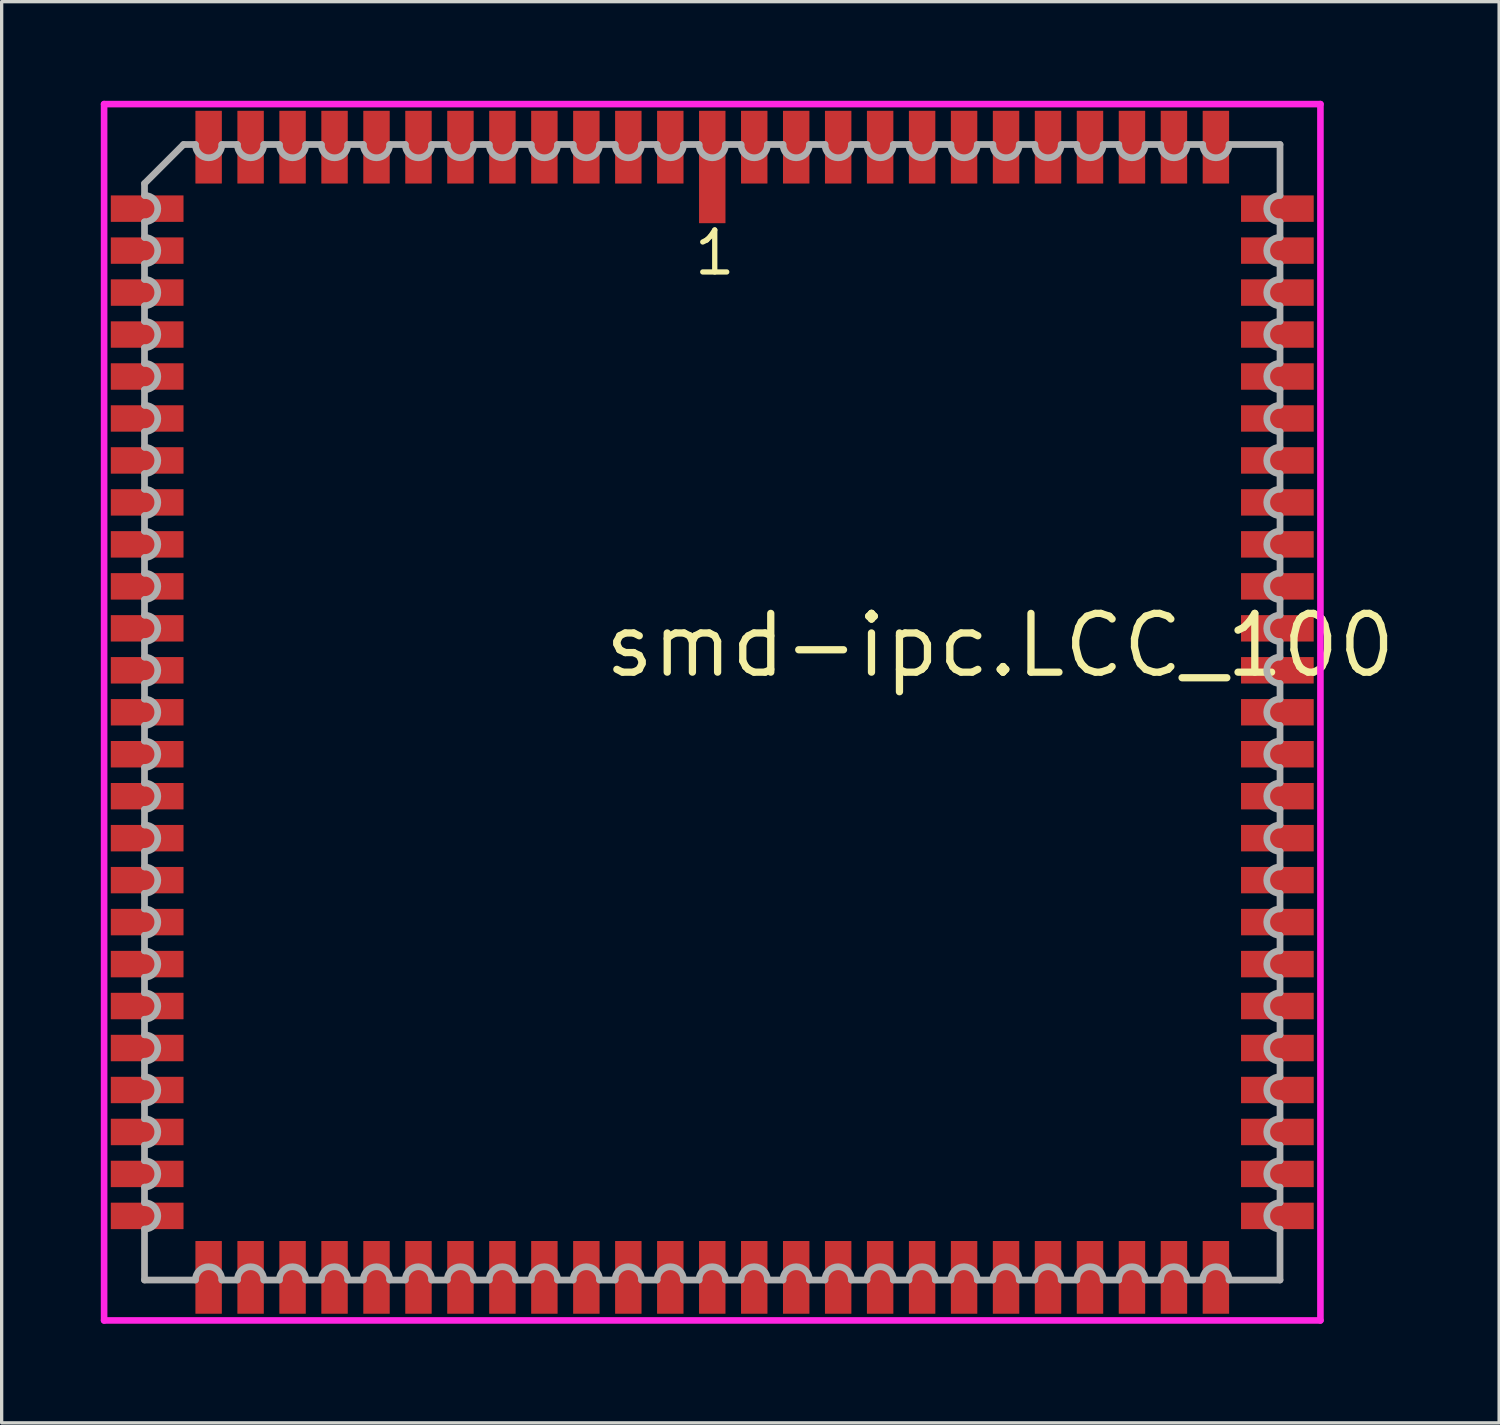
<source format=kicad_pcb>
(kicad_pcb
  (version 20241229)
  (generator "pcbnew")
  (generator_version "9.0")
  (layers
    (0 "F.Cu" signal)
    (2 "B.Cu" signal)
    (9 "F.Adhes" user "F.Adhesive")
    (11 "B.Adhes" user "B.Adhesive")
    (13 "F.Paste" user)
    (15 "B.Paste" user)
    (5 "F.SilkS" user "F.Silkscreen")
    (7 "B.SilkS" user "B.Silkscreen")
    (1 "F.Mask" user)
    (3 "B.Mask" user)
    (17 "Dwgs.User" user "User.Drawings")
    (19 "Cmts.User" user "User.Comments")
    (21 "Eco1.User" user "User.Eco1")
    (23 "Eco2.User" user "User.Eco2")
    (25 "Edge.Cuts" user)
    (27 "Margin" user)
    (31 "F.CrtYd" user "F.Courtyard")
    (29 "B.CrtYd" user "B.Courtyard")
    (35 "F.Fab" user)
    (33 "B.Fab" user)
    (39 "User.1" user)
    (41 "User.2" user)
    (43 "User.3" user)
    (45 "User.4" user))
  (footprint "smd-ipc.LCC_100"
    (layer "F.Cu")
    (at 18.503 18.503)
    (property "Reference" "smd-ipc.LCC_100" (at -3.37 -0.985 0) (layer "F.SilkS") (effects (font (size 1.778 1.778) (thickness 0.22)) (justify left bottom)))
    (attr smd)
    (fp_line (start -18.403 -18.403) (end 18.403 -18.403) (stroke (width 0.2) (type default)) (layer "F.CrtYd"))
    (fp_line (start -18.403 18.403) (end -18.403 -18.403) (stroke (width 0.2) (type default)) (layer "F.CrtYd"))
    (fp_line (start 18.403 -18.403) (end 18.403 18.403) (stroke (width 0.2) (type default)) (layer "F.CrtYd"))
    (fp_line (start 18.403 18.403) (end -18.403 18.403) (stroke (width 0.2) (type default)) (layer "F.CrtYd"))
    (fp_line (start -17.18 -16) (end -17.18 -15.64) (stroke (width 0.203) (type default)) (layer "F.Fab"))
    (fp_line (start -17.18 -14.84) (end -17.18 -14.37) (stroke (width 0.203) (type default)) (layer "F.Fab"))
    (fp_line (start -17.18 -13.57) (end -17.18 -13.1) (stroke (width 0.203) (type default)) (layer "F.Fab"))
    (fp_line (start -17.18 -12.3) (end -17.18 -11.83) (stroke (width 0.203) (type default)) (layer "F.Fab"))
    (fp_line (start -17.18 -11.03) (end -17.18 -10.56) (stroke (width 0.203) (type default)) (layer "F.Fab"))
    (fp_line (start -17.18 -9.76) (end -17.18 -9.29) (stroke (width 0.203) (type default)) (layer "F.Fab"))
    (fp_line (start -17.18 -8.49) (end -17.18 -8.02) (stroke (width 0.203) (type default)) (layer "F.Fab"))
    (fp_line (start -17.18 -7.22) (end -17.18 -6.75) (stroke (width 0.203) (type default)) (layer "F.Fab"))
    (fp_line (start -17.18 -5.95) (end -17.18 -5.48) (stroke (width 0.203) (type default)) (layer "F.Fab"))
    (fp_line (start -17.18 -4.68) (end -17.18 -4.21) (stroke (width 0.203) (type default)) (layer "F.Fab"))
    (fp_line (start -17.18 -3.41) (end -17.18 -2.94) (stroke (width 0.203) (type default)) (layer "F.Fab"))
    (fp_line (start -17.18 -2.14) (end -17.18 -1.67) (stroke (width 0.203) (type default)) (layer "F.Fab"))
    (fp_line (start -17.18 -0.87) (end -17.18 -0.4) (stroke (width 0.203) (type default)) (layer "F.Fab"))
    (fp_line (start -17.18 0.4) (end -17.18 0.87) (stroke (width 0.203) (type default)) (layer "F.Fab"))
    (fp_line (start -17.18 1.67) (end -17.18 2.14) (stroke (width 0.203) (type default)) (layer "F.Fab"))
    (fp_line (start -17.18 2.94) (end -17.18 3.41) (stroke (width 0.203) (type default)) (layer "F.Fab"))
    (fp_line (start -17.18 4.21) (end -17.18 4.68) (stroke (width 0.203) (type default)) (layer "F.Fab"))
    (fp_line (start -17.18 5.48) (end -17.18 5.95) (stroke (width 0.203) (type default)) (layer "F.Fab"))
    (fp_line (start -17.18 6.75) (end -17.18 7.22) (stroke (width 0.203) (type default)) (layer "F.Fab"))
    (fp_line (start -17.18 8.02) (end -17.18 8.49) (stroke (width 0.203) (type default)) (layer "F.Fab"))
    (fp_line (start -17.18 9.29) (end -17.18 9.76) (stroke (width 0.203) (type default)) (layer "F.Fab"))
    (fp_line (start -17.18 10.56) (end -17.18 11.03) (stroke (width 0.203) (type default)) (layer "F.Fab"))
    (fp_line (start -17.18 11.83) (end -17.18 12.3) (stroke (width 0.203) (type default)) (layer "F.Fab"))
    (fp_line (start -17.18 13.1) (end -17.18 13.57) (stroke (width 0.203) (type default)) (layer "F.Fab"))
    (fp_line (start -17.18 14.37) (end -17.18 14.84) (stroke (width 0.203) (type default)) (layer "F.Fab"))
    (fp_line (start -17.18 15.64) (end -17.18 17.18) (stroke (width 0.203) (type default)) (layer "F.Fab"))
    (fp_line (start -17.18 17.18) (end -15.64 17.18) (stroke (width 0.203) (type default)) (layer "F.Fab"))
    (fp_line (start -16 -17.18) (end -17.18 -16) (stroke (width 0.203) (type default)) (layer "F.Fab"))
    (fp_line (start -15.64 -17.18) (end -16 -17.18) (stroke (width 0.203) (type default)) (layer "F.Fab"))
    (fp_line (start -14.84 17.18) (end -14.37 17.18) (stroke (width 0.203) (type default)) (layer "F.Fab"))
    (fp_line (start -14.37 -17.18) (end -14.84 -17.18) (stroke (width 0.203) (type default)) (layer "F.Fab"))
    (fp_line (start -13.57 17.18) (end -13.1 17.18) (stroke (width 0.203) (type default)) (layer "F.Fab"))
    (fp_line (start -13.1 -17.18) (end -13.57 -17.18) (stroke (width 0.203) (type default)) (layer "F.Fab"))
    (fp_line (start -12.3 17.18) (end -11.83 17.18) (stroke (width 0.203) (type default)) (layer "F.Fab"))
    (fp_line (start -11.83 -17.18) (end -12.3 -17.18) (stroke (width 0.203) (type default)) (layer "F.Fab"))
    (fp_line (start -11.03 17.18) (end -10.56 17.18) (stroke (width 0.203) (type default)) (layer "F.Fab"))
    (fp_line (start -10.56 -17.18) (end -11.03 -17.18) (stroke (width 0.203) (type default)) (layer "F.Fab"))
    (fp_line (start -9.76 17.18) (end -9.29 17.18) (stroke (width 0.203) (type default)) (layer "F.Fab"))
    (fp_line (start -9.29 -17.18) (end -9.76 -17.18) (stroke (width 0.203) (type default)) (layer "F.Fab"))
    (fp_line (start -8.49 17.18) (end -8.02 17.18) (stroke (width 0.203) (type default)) (layer "F.Fab"))
    (fp_line (start -8.02 -17.18) (end -8.49 -17.18) (stroke (width 0.203) (type default)) (layer "F.Fab"))
    (fp_line (start -7.22 17.18) (end -6.75 17.18) (stroke (width 0.203) (type default)) (layer "F.Fab"))
    (fp_line (start -6.75 -17.18) (end -7.22 -17.18) (stroke (width 0.203) (type default)) (layer "F.Fab"))
    (fp_line (start -5.95 17.18) (end -5.48 17.18) (stroke (width 0.203) (type default)) (layer "F.Fab"))
    (fp_line (start -5.48 -17.18) (end -5.95 -17.18) (stroke (width 0.203) (type default)) (layer "F.Fab"))
    (fp_line (start -4.68 17.18) (end -4.21 17.18) (stroke (width 0.203) (type default)) (layer "F.Fab"))
    (fp_line (start -4.21 -17.18) (end -4.68 -17.18) (stroke (width 0.203) (type default)) (layer "F.Fab"))
    (fp_line (start -3.41 17.18) (end -2.94 17.18) (stroke (width 0.203) (type default)) (layer "F.Fab"))
    (fp_line (start -2.94 -17.18) (end -3.41 -17.18) (stroke (width 0.203) (type default)) (layer "F.Fab"))
    (fp_line (start -2.14 17.18) (end -1.67 17.18) (stroke (width 0.203) (type default)) (layer "F.Fab"))
    (fp_line (start -1.67 -17.18) (end -2.14 -17.18) (stroke (width 0.203) (type default)) (layer "F.Fab"))
    (fp_line (start -0.87 17.18) (end -0.4 17.18) (stroke (width 0.203) (type default)) (layer "F.Fab"))
    (fp_line (start -0.4 -17.18) (end -0.87 -17.18) (stroke (width 0.203) (type default)) (layer "F.Fab"))
    (fp_line (start 0.4 17.18) (end 0.87 17.18) (stroke (width 0.203) (type default)) (layer "F.Fab"))
    (fp_line (start 0.87 -17.18) (end 0.4 -17.18) (stroke (width 0.203) (type default)) (layer "F.Fab"))
    (fp_line (start 1.67 17.18) (end 2.14 17.18) (stroke (width 0.203) (type default)) (layer "F.Fab"))
    (fp_line (start 2.14 -17.18) (end 1.67 -17.18) (stroke (width 0.203) (type default)) (layer "F.Fab"))
    (fp_line (start 2.94 17.18) (end 3.41 17.18) (stroke (width 0.203) (type default)) (layer "F.Fab"))
    (fp_line (start 3.41 -17.18) (end 2.94 -17.18) (stroke (width 0.203) (type default)) (layer "F.Fab"))
    (fp_line (start 4.21 17.18) (end 4.68 17.18) (stroke (width 0.203) (type default)) (layer "F.Fab"))
    (fp_line (start 4.68 -17.18) (end 4.21 -17.18) (stroke (width 0.203) (type default)) (layer "F.Fab"))
    (fp_line (start 5.48 17.18) (end 5.95 17.18) (stroke (width 0.203) (type default)) (layer "F.Fab"))
    (fp_line (start 5.95 -17.18) (end 5.48 -17.18) (stroke (width 0.203) (type default)) (layer "F.Fab"))
    (fp_line (start 6.75 17.18) (end 7.22 17.18) (stroke (width 0.203) (type default)) (layer "F.Fab"))
    (fp_line (start 7.22 -17.18) (end 6.75 -17.18) (stroke (width 0.203) (type default)) (layer "F.Fab"))
    (fp_line (start 8.02 17.18) (end 8.49 17.18) (stroke (width 0.203) (type default)) (layer "F.Fab"))
    (fp_line (start 8.49 -17.18) (end 8.02 -17.18) (stroke (width 0.203) (type default)) (layer "F.Fab"))
    (fp_line (start 9.29 17.18) (end 9.76 17.18) (stroke (width 0.203) (type default)) (layer "F.Fab"))
    (fp_line (start 9.76 -17.18) (end 9.29 -17.18) (stroke (width 0.203) (type default)) (layer "F.Fab"))
    (fp_line (start 10.56 17.18) (end 11.03 17.18) (stroke (width 0.203) (type default)) (layer "F.Fab"))
    (fp_line (start 11.03 -17.18) (end 10.56 -17.18) (stroke (width 0.203) (type default)) (layer "F.Fab"))
    (fp_line (start 11.83 17.18) (end 12.3 17.18) (stroke (width 0.203) (type default)) (layer "F.Fab"))
    (fp_line (start 12.3 -17.18) (end 11.83 -17.18) (stroke (width 0.203) (type default)) (layer "F.Fab"))
    (fp_line (start 13.1 17.18) (end 13.57 17.18) (stroke (width 0.203) (type default)) (layer "F.Fab"))
    (fp_line (start 13.57 -17.18) (end 13.1 -17.18) (stroke (width 0.203) (type default)) (layer "F.Fab"))
    (fp_line (start 14.37 17.18) (end 14.84 17.18) (stroke (width 0.203) (type default)) (layer "F.Fab"))
    (fp_line (start 14.84 -17.18) (end 14.37 -17.18) (stroke (width 0.203) (type default)) (layer "F.Fab"))
    (fp_line (start 15.64 17.18) (end 17.18 17.18) (stroke (width 0.203) (type default)) (layer "F.Fab"))
    (fp_line (start 17.18 -17.18) (end 15.64 -17.18) (stroke (width 0.203) (type default)) (layer "F.Fab"))
    (fp_line (start 17.18 -15.64) (end 17.18 -17.18) (stroke (width 0.203) (type default)) (layer "F.Fab"))
    (fp_line (start 17.18 -14.37) (end 17.18 -14.84) (stroke (width 0.203) (type default)) (layer "F.Fab"))
    (fp_line (start 17.18 -13.1) (end 17.18 -13.57) (stroke (width 0.203) (type default)) (layer "F.Fab"))
    (fp_line (start 17.18 -11.83) (end 17.18 -12.3) (stroke (width 0.203) (type default)) (layer "F.Fab"))
    (fp_line (start 17.18 -10.56) (end 17.18 -11.03) (stroke (width 0.203) (type default)) (layer "F.Fab"))
    (fp_line (start 17.18 -9.29) (end 17.18 -9.76) (stroke (width 0.203) (type default)) (layer "F.Fab"))
    (fp_line (start 17.18 -8.02) (end 17.18 -8.49) (stroke (width 0.203) (type default)) (layer "F.Fab"))
    (fp_line (start 17.18 -6.75) (end 17.18 -7.22) (stroke (width 0.203) (type default)) (layer "F.Fab"))
    (fp_line (start 17.18 -5.48) (end 17.18 -5.95) (stroke (width 0.203) (type default)) (layer "F.Fab"))
    (fp_line (start 17.18 -4.21) (end 17.18 -4.68) (stroke (width 0.203) (type default)) (layer "F.Fab"))
    (fp_line (start 17.18 -2.94) (end 17.18 -3.41) (stroke (width 0.203) (type default)) (layer "F.Fab"))
    (fp_line (start 17.18 -1.67) (end 17.18 -2.14) (stroke (width 0.203) (type default)) (layer "F.Fab"))
    (fp_line (start 17.18 -0.4) (end 17.18 -0.87) (stroke (width 0.203) (type default)) (layer "F.Fab"))
    (fp_line (start 17.18 0.87) (end 17.18 0.4) (stroke (width 0.203) (type default)) (layer "F.Fab"))
    (fp_line (start 17.18 2.14) (end 17.18 1.67) (stroke (width 0.203) (type default)) (layer "F.Fab"))
    (fp_line (start 17.18 3.41) (end 17.18 2.94) (stroke (width 0.203) (type default)) (layer "F.Fab"))
    (fp_line (start 17.18 4.68) (end 17.18 4.21) (stroke (width 0.203) (type default)) (layer "F.Fab"))
    (fp_line (start 17.18 5.95) (end 17.18 5.48) (stroke (width 0.203) (type default)) (layer "F.Fab"))
    (fp_line (start 17.18 7.22) (end 17.18 6.75) (stroke (width 0.203) (type default)) (layer "F.Fab"))
    (fp_line (start 17.18 8.49) (end 17.18 8.02) (stroke (width 0.203) (type default)) (layer "F.Fab"))
    (fp_line (start 17.18 9.76) (end 17.18 9.29) (stroke (width 0.203) (type default)) (layer "F.Fab"))
    (fp_line (start 17.18 11.03) (end 17.18 10.56) (stroke (width 0.203) (type default)) (layer "F.Fab"))
    (fp_line (start 17.18 12.3) (end 17.18 11.83) (stroke (width 0.203) (type default)) (layer "F.Fab"))
    (fp_line (start 17.18 13.57) (end 17.18 13.1) (stroke (width 0.203) (type default)) (layer "F.Fab"))
    (fp_line (start 17.18 14.84) (end 17.18 14.37) (stroke (width 0.203) (type default)) (layer "F.Fab"))
    (fp_line (start 17.18 17.18) (end 17.18 15.64) (stroke (width 0.203) (type default)) (layer "F.Fab"))
    (fp_arc (start -17.1783 -15.64) (mid -16.7783 -15.24) (end -17.1783 -14.84) (stroke (width 0.2032) (type default)) (layer "F.Fab"))
    (fp_arc (start -17.1783 -14.37) (mid -16.7783 -13.97) (end -17.1783 -13.57) (stroke (width 0.2032) (type default)) (layer "F.Fab"))
    (fp_arc (start -17.1783 -13.1) (mid -16.7783 -12.7) (end -17.1783 -12.3) (stroke (width 0.2032) (type default)) (layer "F.Fab"))
    (fp_arc (start -17.1783 -11.83) (mid -16.7783 -11.43) (end -17.1783 -11.03) (stroke (width 0.2032) (type default)) (layer "F.Fab"))
    (fp_arc (start -17.1783 -10.56) (mid -16.7783 -10.16) (end -17.1783 -9.76) (stroke (width 0.2032) (type default)) (layer "F.Fab"))
    (fp_arc (start -17.1783 -9.29) (mid -16.7783 -8.89) (end -17.1783 -8.49) (stroke (width 0.2032) (type default)) (layer "F.Fab"))
    (fp_arc (start -17.1783 -8.02) (mid -16.7783 -7.62) (end -17.1783 -7.22) (stroke (width 0.2032) (type default)) (layer "F.Fab"))
    (fp_arc (start -17.1783 -6.75) (mid -16.7783 -6.35) (end -17.1783 -5.95) (stroke (width 0.2032) (type default)) (layer "F.Fab"))
    (fp_arc (start -17.1783 -5.48) (mid -16.7783 -5.08) (end -17.1783 -4.68) (stroke (width 0.2032) (type default)) (layer "F.Fab"))
    (fp_arc (start -17.1783 -4.21) (mid -16.7783 -3.81) (end -17.1783 -3.41) (stroke (width 0.2032) (type default)) (layer "F.Fab"))
    (fp_arc (start -17.1783 -2.94) (mid -16.7783 -2.54) (end -17.1783 -2.14) (stroke (width 0.2032) (type default)) (layer "F.Fab"))
    (fp_arc (start -17.1783 -1.67) (mid -16.7783 -1.27) (end -17.1783 -0.87) (stroke (width 0.2032) (type default)) (layer "F.Fab"))
    (fp_arc (start -17.1783 -0.4001) (mid -16.7782 0) (end -17.1783 0.4001) (stroke (width 0.2032) (type default)) (layer "F.Fab"))
    (fp_arc (start -17.1783 0.8699) (mid -16.7782 1.27) (end -17.1783 1.6701) (stroke (width 0.2032) (type default)) (layer "F.Fab"))
    (fp_arc (start -17.1783 2.1399) (mid -16.7782 2.54) (end -17.1783 2.9401) (stroke (width 0.2032) (type default)) (layer "F.Fab"))
    (fp_arc (start -17.1783 3.4099) (mid -16.7782 3.81) (end -17.1783 4.2101) (stroke (width 0.2032) (type default)) (layer "F.Fab"))
    (fp_arc (start -17.1783 4.6799) (mid -16.7782 5.08) (end -17.1783 5.4801) (stroke (width 0.2032) (type default)) (layer "F.Fab"))
    (fp_arc (start -17.1783 5.9499) (mid -16.7782 6.35) (end -17.1783 6.7501) (stroke (width 0.2032) (type default)) (layer "F.Fab"))
    (fp_arc (start -17.1783 7.2199) (mid -16.7782 7.62) (end -17.1783 8.0201) (stroke (width 0.2032) (type default)) (layer "F.Fab"))
    (fp_arc (start -17.1783 8.4899) (mid -16.7782 8.89) (end -17.1783 9.2901) (stroke (width 0.2032) (type default)) (layer "F.Fab"))
    (fp_arc (start -17.1783 9.7599) (mid -16.7782 10.16) (end -17.1783 10.5601) (stroke (width 0.2032) (type default)) (layer "F.Fab"))
    (fp_arc (start -17.1783 11.0299) (mid -16.7782 11.43) (end -17.1783 11.8301) (stroke (width 0.2032) (type default)) (layer "F.Fab"))
    (fp_arc (start -17.1783 12.2999) (mid -16.7782 12.7) (end -17.1783 13.1001) (stroke (width 0.2032) (type default)) (layer "F.Fab"))
    (fp_arc (start -17.1783 13.5699) (mid -16.7782 13.97) (end -17.1783 14.3701) (stroke (width 0.2032) (type default)) (layer "F.Fab"))
    (fp_arc (start -17.1783 14.8399) (mid -16.7782 15.24) (end -17.1783 15.6401) (stroke (width 0.2032) (type default)) (layer "F.Fab"))
    (fp_arc (start -15.6401 17.1783) (mid -15.24 16.7782) (end -14.8399 17.1783) (stroke (width 0.2032) (type default)) (layer "F.Fab"))
    (fp_arc (start -14.8399 -17.1783) (mid -15.24 -16.7782) (end -15.6401 -17.1783) (stroke (width 0.2032) (type default)) (layer "F.Fab"))
    (fp_arc (start -14.3701 17.1783) (mid -13.97 16.7782) (end -13.5699 17.1783) (stroke (width 0.2032) (type default)) (layer "F.Fab"))
    (fp_arc (start -13.5699 -17.1783) (mid -13.97 -16.7782) (end -14.3701 -17.1783) (stroke (width 0.2032) (type default)) (layer "F.Fab"))
    (fp_arc (start -13.1001 17.1783) (mid -12.7 16.7782) (end -12.2999 17.1783) (stroke (width 0.2032) (type default)) (layer "F.Fab"))
    (fp_arc (start -12.2999 -17.1783) (mid -12.7 -16.7782) (end -13.1001 -17.1783) (stroke (width 0.2032) (type default)) (layer "F.Fab"))
    (fp_arc (start -11.8301 17.1783) (mid -11.43 16.7782) (end -11.0299 17.1783) (stroke (width 0.2032) (type default)) (layer "F.Fab"))
    (fp_arc (start -11.0299 -17.1783) (mid -11.43 -16.7782) (end -11.8301 -17.1783) (stroke (width 0.2032) (type default)) (layer "F.Fab"))
    (fp_arc (start -10.5601 17.1783) (mid -10.16 16.7782) (end -9.7599 17.1783) (stroke (width 0.2032) (type default)) (layer "F.Fab"))
    (fp_arc (start -9.7599 -17.1783) (mid -10.16 -16.7782) (end -10.5601 -17.1783) (stroke (width 0.2032) (type default)) (layer "F.Fab"))
    (fp_arc (start -9.2901 17.1783) (mid -8.89 16.7782) (end -8.4899 17.1783) (stroke (width 0.2032) (type default)) (layer "F.Fab"))
    (fp_arc (start -8.4899 -17.1783) (mid -8.89 -16.7782) (end -9.2901 -17.1783) (stroke (width 0.2032) (type default)) (layer "F.Fab"))
    (fp_arc (start -8.0201 17.1783) (mid -7.62 16.7782) (end -7.2199 17.1783) (stroke (width 0.2032) (type default)) (layer "F.Fab"))
    (fp_arc (start -7.2199 -17.1783) (mid -7.62 -16.7782) (end -8.0201 -17.1783) (stroke (width 0.2032) (type default)) (layer "F.Fab"))
    (fp_arc (start -6.7501 17.1783) (mid -6.35 16.7782) (end -5.9499 17.1783) (stroke (width 0.2032) (type default)) (layer "F.Fab"))
    (fp_arc (start -5.9499 -17.1783) (mid -6.35 -16.7782) (end -6.7501 -17.1783) (stroke (width 0.2032) (type default)) (layer "F.Fab"))
    (fp_arc (start -5.4801 17.1783) (mid -5.08 16.7782) (end -4.6799 17.1783) (stroke (width 0.2032) (type default)) (layer "F.Fab"))
    (fp_arc (start -4.6799 -17.1783) (mid -5.08 -16.7782) (end -5.4801 -17.1783) (stroke (width 0.2032) (type default)) (layer "F.Fab"))
    (fp_arc (start -4.2101 17.1783) (mid -3.81 16.7782) (end -3.4099 17.1783) (stroke (width 0.2032) (type default)) (layer "F.Fab"))
    (fp_arc (start -3.4099 -17.1783) (mid -3.81 -16.7782) (end -4.2101 -17.1783) (stroke (width 0.2032) (type default)) (layer "F.Fab"))
    (fp_arc (start -2.9401 17.1783) (mid -2.54 16.7782) (end -2.1399 17.1783) (stroke (width 0.2032) (type default)) (layer "F.Fab"))
    (fp_arc (start -2.1399 -17.1783) (mid -2.54 -16.7782) (end -2.9401 -17.1783) (stroke (width 0.2032) (type default)) (layer "F.Fab"))
    (fp_arc (start -1.6701 17.1783) (mid -1.27 16.7782) (end -0.8699 17.1783) (stroke (width 0.2032) (type default)) (layer "F.Fab"))
    (fp_arc (start -0.8699 -17.1783) (mid -1.27 -16.7782) (end -1.6701 -17.1783) (stroke (width 0.2032) (type default)) (layer "F.Fab"))
    (fp_arc (start -0.4001 17.1783) (mid 0 16.7782) (end 0.4001 17.1783) (stroke (width 0.2032) (type default)) (layer "F.Fab"))
    (fp_arc (start 0.4001 -17.1783) (mid 0 -16.7782) (end -0.4001 -17.1783) (stroke (width 0.2032) (type default)) (layer "F.Fab"))
    (fp_arc (start 0.87 17.1783) (mid 1.27 16.7783) (end 1.67 17.1783) (stroke (width 0.2032) (type default)) (layer "F.Fab"))
    (fp_arc (start 1.67 -17.1783) (mid 1.27 -16.7783) (end 0.87 -17.1783) (stroke (width 0.2032) (type default)) (layer "F.Fab"))
    (fp_arc (start 2.14 17.1783) (mid 2.54 16.7783) (end 2.94 17.1783) (stroke (width 0.2032) (type default)) (layer "F.Fab"))
    (fp_arc (start 2.94 -17.1783) (mid 2.54 -16.7783) (end 2.14 -17.1783) (stroke (width 0.2032) (type default)) (layer "F.Fab"))
    (fp_arc (start 3.41 17.1783) (mid 3.81 16.7783) (end 4.21 17.1783) (stroke (width 0.2032) (type default)) (layer "F.Fab"))
    (fp_arc (start 4.21 -17.1783) (mid 3.81 -16.7783) (end 3.41 -17.1783) (stroke (width 0.2032) (type default)) (layer "F.Fab"))
    (fp_arc (start 4.68 17.1783) (mid 5.08 16.7783) (end 5.48 17.1783) (stroke (width 0.2032) (type default)) (layer "F.Fab"))
    (fp_arc (start 5.48 -17.1783) (mid 5.08 -16.7783) (end 4.68 -17.1783) (stroke (width 0.2032) (type default)) (layer "F.Fab"))
    (fp_arc (start 5.95 17.1783) (mid 6.35 16.7783) (end 6.75 17.1783) (stroke (width 0.2032) (type default)) (layer "F.Fab"))
    (fp_arc (start 6.75 -17.1783) (mid 6.35 -16.7783) (end 5.95 -17.1783) (stroke (width 0.2032) (type default)) (layer "F.Fab"))
    (fp_arc (start 7.22 17.1783) (mid 7.62 16.7783) (end 8.02 17.1783) (stroke (width 0.2032) (type default)) (layer "F.Fab"))
    (fp_arc (start 8.02 -17.1783) (mid 7.62 -16.7783) (end 7.22 -17.1783) (stroke (width 0.2032) (type default)) (layer "F.Fab"))
    (fp_arc (start 8.49 17.1783) (mid 8.89 16.7783) (end 9.29 17.1783) (stroke (width 0.2032) (type default)) (layer "F.Fab"))
    (fp_arc (start 9.29 -17.1783) (mid 8.89 -16.7783) (end 8.49 -17.1783) (stroke (width 0.2032) (type default)) (layer "F.Fab"))
    (fp_arc (start 9.76 17.1783) (mid 10.16 16.7783) (end 10.56 17.1783) (stroke (width 0.2032) (type default)) (layer "F.Fab"))
    (fp_arc (start 10.56 -17.1783) (mid 10.16 -16.7783) (end 9.76 -17.1783) (stroke (width 0.2032) (type default)) (layer "F.Fab"))
    (fp_arc (start 11.03 17.1783) (mid 11.43 16.7783) (end 11.83 17.1783) (stroke (width 0.2032) (type default)) (layer "F.Fab"))
    (fp_arc (start 11.83 -17.1783) (mid 11.43 -16.7783) (end 11.03 -17.1783) (stroke (width 0.2032) (type default)) (layer "F.Fab"))
    (fp_arc (start 12.3 17.1783) (mid 12.7 16.7783) (end 13.1 17.1783) (stroke (width 0.2032) (type default)) (layer "F.Fab"))
    (fp_arc (start 13.1 -17.1783) (mid 12.7 -16.7783) (end 12.3 -17.1783) (stroke (width 0.2032) (type default)) (layer "F.Fab"))
    (fp_arc (start 13.57 17.1783) (mid 13.97 16.7783) (end 14.37 17.1783) (stroke (width 0.2032) (type default)) (layer "F.Fab"))
    (fp_arc (start 14.37 -17.1783) (mid 13.97 -16.7783) (end 13.57 -17.1783) (stroke (width 0.2032) (type default)) (layer "F.Fab"))
    (fp_arc (start 14.84 17.1783) (mid 15.24 16.7783) (end 15.64 17.1783) (stroke (width 0.2032) (type default)) (layer "F.Fab"))
    (fp_arc (start 15.64 -17.1783) (mid 15.24 -16.7783) (end 14.84 -17.1783) (stroke (width 0.2032) (type default)) (layer "F.Fab"))
    (fp_arc (start 17.1783 -14.8399) (mid 16.7782 -15.24) (end 17.1783 -15.6401) (stroke (width 0.2032) (type default)) (layer "F.Fab"))
    (fp_arc (start 17.1783 -13.5699) (mid 16.7782 -13.97) (end 17.1783 -14.3701) (stroke (width 0.2032) (type default)) (layer "F.Fab"))
    (fp_arc (start 17.1783 -12.2999) (mid 16.7782 -12.7) (end 17.1783 -13.1001) (stroke (width 0.2032) (type default)) (layer "F.Fab"))
    (fp_arc (start 17.1783 -11.0299) (mid 16.7782 -11.43) (end 17.1783 -11.8301) (stroke (width 0.2032) (type default)) (layer "F.Fab"))
    (fp_arc (start 17.1783 -9.7599) (mid 16.7782 -10.16) (end 17.1783 -10.5601) (stroke (width 0.2032) (type default)) (layer "F.Fab"))
    (fp_arc (start 17.1783 -8.4899) (mid 16.7782 -8.89) (end 17.1783 -9.2901) (stroke (width 0.2032) (type default)) (layer "F.Fab"))
    (fp_arc (start 17.1783 -7.2199) (mid 16.7782 -7.62) (end 17.1783 -8.0201) (stroke (width 0.2032) (type default)) (layer "F.Fab"))
    (fp_arc (start 17.1783 -5.9499) (mid 16.7782 -6.35) (end 17.1783 -6.7501) (stroke (width 0.2032) (type default)) (layer "F.Fab"))
    (fp_arc (start 17.1783 -4.6799) (mid 16.7782 -5.08) (end 17.1783 -5.4801) (stroke (width 0.2032) (type default)) (layer "F.Fab"))
    (fp_arc (start 17.1783 -3.4099) (mid 16.7782 -3.81) (end 17.1783 -4.2101) (stroke (width 0.2032) (type default)) (layer "F.Fab"))
    (fp_arc (start 17.1783 -2.1399) (mid 16.7782 -2.54) (end 17.1783 -2.9401) (stroke (width 0.2032) (type default)) (layer "F.Fab"))
    (fp_arc (start 17.1783 -0.8699) (mid 16.7782 -1.27) (end 17.1783 -1.6701) (stroke (width 0.2032) (type default)) (layer "F.Fab"))
    (fp_arc (start 17.1783 0.4001) (mid 16.7782 0) (end 17.1783 -0.4001) (stroke (width 0.2032) (type default)) (layer "F.Fab"))
    (fp_arc (start 17.1783 1.67) (mid 16.7783 1.27) (end 17.1783 0.87) (stroke (width 0.2032) (type default)) (layer "F.Fab"))
    (fp_arc (start 17.1783 2.9401) (mid 16.7782 2.54) (end 17.1783 2.1399) (stroke (width 0.2032) (type default)) (layer "F.Fab"))
    (fp_arc (start 17.1783 4.2101) (mid 16.7782 3.81) (end 17.1783 3.4099) (stroke (width 0.2032) (type default)) (layer "F.Fab"))
    (fp_arc (start 17.1783 5.4801) (mid 16.7782 5.08) (end 17.1783 4.6799) (stroke (width 0.2032) (type default)) (layer "F.Fab"))
    (fp_arc (start 17.1783 6.7501) (mid 16.7782 6.35) (end 17.1783 5.9499) (stroke (width 0.2032) (type default)) (layer "F.Fab"))
    (fp_arc (start 17.1783 8.02) (mid 16.7783 7.62) (end 17.1783 7.22) (stroke (width 0.2032) (type default)) (layer "F.Fab"))
    (fp_arc (start 17.1783 9.29) (mid 16.7783 8.89) (end 17.1783 8.49) (stroke (width 0.2032) (type default)) (layer "F.Fab"))
    (fp_arc (start 17.1783 10.56) (mid 16.7783 10.16) (end 17.1783 9.76) (stroke (width 0.2032) (type default)) (layer "F.Fab"))
    (fp_arc (start 17.1783 11.83) (mid 16.7783 11.43) (end 17.1783 11.03) (stroke (width 0.2032) (type default)) (layer "F.Fab"))
    (fp_arc (start 17.1783 13.1) (mid 16.7783 12.7) (end 17.1783 12.3) (stroke (width 0.2032) (type default)) (layer "F.Fab"))
    (fp_arc (start 17.1783 14.37) (mid 16.7783 13.97) (end 17.1783 13.57) (stroke (width 0.2032) (type default)) (layer "F.Fab"))
    (fp_arc (start 17.1783 15.64) (mid 16.7783 15.24) (end 17.1783 14.84) (stroke (width 0.2032) (type default)) (layer "F.Fab"))
    (fp_text user "1" (at -0.635 -13.16 0) (layer "F.SilkS") (effects (font (size 1.27 1.27) (thickness 0.16)) (justify left bottom)))
    (pad "1" smd roundrect (at 0 -16.5) (size 0.8 3.4) (layers "F.Cu" "F.Mask" "F.Paste") (roundrect_rratio 0.01))
    (pad "2" smd roundrect (at -1.27 -17.1) (size 0.8 2.2) (layers "F.Cu" "F.Mask" "F.Paste") (roundrect_rratio 0.01))
    (pad "3" smd roundrect (at -2.54 -17.1) (size 0.8 2.2) (layers "F.Cu" "F.Mask" "F.Paste") (roundrect_rratio 0.01))
    (pad "4" smd roundrect (at -3.81 -17.1) (size 0.8 2.2) (layers "F.Cu" "F.Mask" "F.Paste") (roundrect_rratio 0.01))
    (pad "5" smd roundrect (at -5.08 -17.1) (size 0.8 2.2) (layers "F.Cu" "F.Mask" "F.Paste") (roundrect_rratio 0.01))
    (pad "6" smd roundrect (at -6.35 -17.1) (size 0.8 2.2) (layers "F.Cu" "F.Mask" "F.Paste") (roundrect_rratio 0.01))
    (pad "7" smd roundrect (at -7.62 -17.1) (size 0.8 2.2) (layers "F.Cu" "F.Mask" "F.Paste") (roundrect_rratio 0.01))
    (pad "8" smd roundrect (at -8.89 -17.1) (size 0.8 2.2) (layers "F.Cu" "F.Mask" "F.Paste") (roundrect_rratio 0.01))
    (pad "9" smd roundrect (at -10.16 -17.1) (size 0.8 2.2) (layers "F.Cu" "F.Mask" "F.Paste") (roundrect_rratio 0.01))
    (pad "10" smd roundrect (at -11.43 -17.1) (size 0.8 2.2) (layers "F.Cu" "F.Mask" "F.Paste") (roundrect_rratio 0.01))
    (pad "11" smd roundrect (at -12.7 -17.1) (size 0.8 2.2) (layers "F.Cu" "F.Mask" "F.Paste") (roundrect_rratio 0.01))
    (pad "12" smd roundrect (at -13.97 -17.1) (size 0.8 2.2) (layers "F.Cu" "F.Mask" "F.Paste") (roundrect_rratio 0.01))
    (pad "13" smd roundrect (at -15.24 -17.1) (size 0.8 2.2) (layers "F.Cu" "F.Mask" "F.Paste") (roundrect_rratio 0.01))
    (pad "14" smd roundrect (at -17.1 -15.24) (size 2.2 0.8) (layers "F.Cu" "F.Mask" "F.Paste") (roundrect_rratio 0.01))
    (pad "15" smd roundrect (at -17.1 -13.97) (size 2.2 0.8) (layers "F.Cu" "F.Mask" "F.Paste") (roundrect_rratio 0.01))
    (pad "16" smd roundrect (at -17.1 -12.7) (size 2.2 0.8) (layers "F.Cu" "F.Mask" "F.Paste") (roundrect_rratio 0.01))
    (pad "17" smd roundrect (at -17.1 -11.43) (size 2.2 0.8) (layers "F.Cu" "F.Mask" "F.Paste") (roundrect_rratio 0.01))
    (pad "18" smd roundrect (at -17.1 -10.16) (size 2.2 0.8) (layers "F.Cu" "F.Mask" "F.Paste") (roundrect_rratio 0.01))
    (pad "19" smd roundrect (at -17.1 -8.89) (size 2.2 0.8) (layers "F.Cu" "F.Mask" "F.Paste") (roundrect_rratio 0.01))
    (pad "20" smd roundrect (at -17.1 -7.62) (size 2.2 0.8) (layers "F.Cu" "F.Mask" "F.Paste") (roundrect_rratio 0.01))
    (pad "21" smd roundrect (at -17.1 -6.35) (size 2.2 0.8) (layers "F.Cu" "F.Mask" "F.Paste") (roundrect_rratio 0.01))
    (pad "22" smd roundrect (at -17.1 -5.08) (size 2.2 0.8) (layers "F.Cu" "F.Mask" "F.Paste") (roundrect_rratio 0.01))
    (pad "23" smd roundrect (at -17.1 -3.81) (size 2.2 0.8) (layers "F.Cu" "F.Mask" "F.Paste") (roundrect_rratio 0.01))
    (pad "24" smd roundrect (at -17.1 -2.54) (size 2.2 0.8) (layers "F.Cu" "F.Mask" "F.Paste") (roundrect_rratio 0.01))
    (pad "25" smd roundrect (at -17.1 -1.27) (size 2.2 0.8) (layers "F.Cu" "F.Mask" "F.Paste") (roundrect_rratio 0.01))
    (pad "26" smd roundrect (at -17.1 0) (size 2.2 0.8) (layers "F.Cu" "F.Mask" "F.Paste") (roundrect_rratio 0.01))
    (pad "27" smd roundrect (at -17.1 1.27) (size 2.2 0.8) (layers "F.Cu" "F.Mask" "F.Paste") (roundrect_rratio 0.01))
    (pad "28" smd roundrect (at -17.1 2.54) (size 2.2 0.8) (layers "F.Cu" "F.Mask" "F.Paste") (roundrect_rratio 0.01))
    (pad "29" smd roundrect (at -17.1 3.81) (size 2.2 0.8) (layers "F.Cu" "F.Mask" "F.Paste") (roundrect_rratio 0.01))
    (pad "30" smd roundrect (at -17.1 5.08) (size 2.2 0.8) (layers "F.Cu" "F.Mask" "F.Paste") (roundrect_rratio 0.01))
    (pad "31" smd roundrect (at -17.1 6.35) (size 2.2 0.8) (layers "F.Cu" "F.Mask" "F.Paste") (roundrect_rratio 0.01))
    (pad "32" smd roundrect (at -17.1 7.62) (size 2.2 0.8) (layers "F.Cu" "F.Mask" "F.Paste") (roundrect_rratio 0.01))
    (pad "33" smd roundrect (at -17.1 8.89) (size 2.2 0.8) (layers "F.Cu" "F.Mask" "F.Paste") (roundrect_rratio 0.01))
    (pad "34" smd roundrect (at -17.1 10.16) (size 2.2 0.8) (layers "F.Cu" "F.Mask" "F.Paste") (roundrect_rratio 0.01))
    (pad "35" smd roundrect (at -17.1 11.43) (size 2.2 0.8) (layers "F.Cu" "F.Mask" "F.Paste") (roundrect_rratio 0.01))
    (pad "36" smd roundrect (at -17.1 12.7) (size 2.2 0.8) (layers "F.Cu" "F.Mask" "F.Paste") (roundrect_rratio 0.01))
    (pad "37" smd roundrect (at -17.1 13.97) (size 2.2 0.8) (layers "F.Cu" "F.Mask" "F.Paste") (roundrect_rratio 0.01))
    (pad "38" smd roundrect (at -17.1 15.24) (size 2.2 0.8) (layers "F.Cu" "F.Mask" "F.Paste") (roundrect_rratio 0.01))
    (pad "39" smd roundrect (at -15.24 17.1) (size 0.8 2.2) (layers "F.Cu" "F.Mask" "F.Paste") (roundrect_rratio 0.01))
    (pad "40" smd roundrect (at -13.97 17.1) (size 0.8 2.2) (layers "F.Cu" "F.Mask" "F.Paste") (roundrect_rratio 0.01))
    (pad "41" smd roundrect (at -12.7 17.1) (size 0.8 2.2) (layers "F.Cu" "F.Mask" "F.Paste") (roundrect_rratio 0.01))
    (pad "42" smd roundrect (at -11.43 17.1) (size 0.8 2.2) (layers "F.Cu" "F.Mask" "F.Paste") (roundrect_rratio 0.01))
    (pad "43" smd roundrect (at -10.16 17.1) (size 0.8 2.2) (layers "F.Cu" "F.Mask" "F.Paste") (roundrect_rratio 0.01))
    (pad "44" smd roundrect (at -8.89 17.1) (size 0.8 2.2) (layers "F.Cu" "F.Mask" "F.Paste") (roundrect_rratio 0.01))
    (pad "45" smd roundrect (at -7.62 17.1) (size 0.8 2.2) (layers "F.Cu" "F.Mask" "F.Paste") (roundrect_rratio 0.01))
    (pad "46" smd roundrect (at -6.35 17.1) (size 0.8 2.2) (layers "F.Cu" "F.Mask" "F.Paste") (roundrect_rratio 0.01))
    (pad "47" smd roundrect (at -5.08 17.1) (size 0.8 2.2) (layers "F.Cu" "F.Mask" "F.Paste") (roundrect_rratio 0.01))
    (pad "48" smd roundrect (at -3.81 17.1) (size 0.8 2.2) (layers "F.Cu" "F.Mask" "F.Paste") (roundrect_rratio 0.01))
    (pad "49" smd roundrect (at -2.54 17.1) (size 0.8 2.2) (layers "F.Cu" "F.Mask" "F.Paste") (roundrect_rratio 0.01))
    (pad "50" smd roundrect (at -1.27 17.1) (size 0.8 2.2) (layers "F.Cu" "F.Mask" "F.Paste") (roundrect_rratio 0.01))
    (pad "51" smd roundrect (at 0 17.1) (size 0.8 2.2) (layers "F.Cu" "F.Mask" "F.Paste") (roundrect_rratio 0.01))
    (pad "52" smd roundrect (at 1.27 17.1) (size 0.8 2.2) (layers "F.Cu" "F.Mask" "F.Paste") (roundrect_rratio 0.01))
    (pad "53" smd roundrect (at 2.54 17.1) (size 0.8 2.2) (layers "F.Cu" "F.Mask" "F.Paste") (roundrect_rratio 0.01))
    (pad "54" smd roundrect (at 3.81 17.1) (size 0.8 2.2) (layers "F.Cu" "F.Mask" "F.Paste") (roundrect_rratio 0.01))
    (pad "55" smd roundrect (at 5.08 17.1) (size 0.8 2.2) (layers "F.Cu" "F.Mask" "F.Paste") (roundrect_rratio 0.01))
    (pad "56" smd roundrect (at 6.35 17.1) (size 0.8 2.2) (layers "F.Cu" "F.Mask" "F.Paste") (roundrect_rratio 0.01))
    (pad "57" smd roundrect (at 7.62 17.1) (size 0.8 2.2) (layers "F.Cu" "F.Mask" "F.Paste") (roundrect_rratio 0.01))
    (pad "58" smd roundrect (at 8.89 17.1) (size 0.8 2.2) (layers "F.Cu" "F.Mask" "F.Paste") (roundrect_rratio 0.01))
    (pad "59" smd roundrect (at 10.16 17.1) (size 0.8 2.2) (layers "F.Cu" "F.Mask" "F.Paste") (roundrect_rratio 0.01))
    (pad "60" smd roundrect (at 11.43 17.1) (size 0.8 2.2) (layers "F.Cu" "F.Mask" "F.Paste") (roundrect_rratio 0.01))
    (pad "61" smd roundrect (at 12.7 17.1) (size 0.8 2.2) (layers "F.Cu" "F.Mask" "F.Paste") (roundrect_rratio 0.01))
    (pad "62" smd roundrect (at 13.97 17.1) (size 0.8 2.2) (layers "F.Cu" "F.Mask" "F.Paste") (roundrect_rratio 0.01))
    (pad "63" smd roundrect (at 15.24 17.1) (size 0.8 2.2) (layers "F.Cu" "F.Mask" "F.Paste") (roundrect_rratio 0.01))
    (pad "64" smd roundrect (at 17.1 15.24) (size 2.2 0.8) (layers "F.Cu" "F.Mask" "F.Paste") (roundrect_rratio 0.01))
    (pad "65" smd roundrect (at 17.1 13.97) (size 2.2 0.8) (layers "F.Cu" "F.Mask" "F.Paste") (roundrect_rratio 0.01))
    (pad "66" smd roundrect (at 17.1 12.7) (size 2.2 0.8) (layers "F.Cu" "F.Mask" "F.Paste") (roundrect_rratio 0.01))
    (pad "67" smd roundrect (at 17.1 11.43) (size 2.2 0.8) (layers "F.Cu" "F.Mask" "F.Paste") (roundrect_rratio 0.01))
    (pad "68" smd roundrect (at 17.1 10.16) (size 2.2 0.8) (layers "F.Cu" "F.Mask" "F.Paste") (roundrect_rratio 0.01))
    (pad "69" smd roundrect (at 17.1 8.89) (size 2.2 0.8) (layers "F.Cu" "F.Mask" "F.Paste") (roundrect_rratio 0.01))
    (pad "70" smd roundrect (at 17.1 7.62) (size 2.2 0.8) (layers "F.Cu" "F.Mask" "F.Paste") (roundrect_rratio 0.01))
    (pad "71" smd roundrect (at 17.1 6.35) (size 2.2 0.8) (layers "F.Cu" "F.Mask" "F.Paste") (roundrect_rratio 0.01))
    (pad "72" smd roundrect (at 17.1 5.08) (size 2.2 0.8) (layers "F.Cu" "F.Mask" "F.Paste") (roundrect_rratio 0.01))
    (pad "73" smd roundrect (at 17.1 3.81) (size 2.2 0.8) (layers "F.Cu" "F.Mask" "F.Paste") (roundrect_rratio 0.01))
    (pad "74" smd roundrect (at 17.1 2.54) (size 2.2 0.8) (layers "F.Cu" "F.Mask" "F.Paste") (roundrect_rratio 0.01))
    (pad "75" smd roundrect (at 17.1 1.27) (size 2.2 0.8) (layers "F.Cu" "F.Mask" "F.Paste") (roundrect_rratio 0.01))
    (pad "76" smd roundrect (at 17.1 0) (size 2.2 0.8) (layers "F.Cu" "F.Mask" "F.Paste") (roundrect_rratio 0.01))
    (pad "77" smd roundrect (at 17.1 -1.27) (size 2.2 0.8) (layers "F.Cu" "F.Mask" "F.Paste") (roundrect_rratio 0.01))
    (pad "78" smd roundrect (at 17.1 -2.54) (size 2.2 0.8) (layers "F.Cu" "F.Mask" "F.Paste") (roundrect_rratio 0.01))
    (pad "79" smd roundrect (at 17.1 -3.81) (size 2.2 0.8) (layers "F.Cu" "F.Mask" "F.Paste") (roundrect_rratio 0.01))
    (pad "80" smd roundrect (at 17.1 -5.08) (size 2.2 0.8) (layers "F.Cu" "F.Mask" "F.Paste") (roundrect_rratio 0.01))
    (pad "81" smd roundrect (at 17.1 -6.35) (size 2.2 0.8) (layers "F.Cu" "F.Mask" "F.Paste") (roundrect_rratio 0.01))
    (pad "82" smd roundrect (at 17.1 -7.62) (size 2.2 0.8) (layers "F.Cu" "F.Mask" "F.Paste") (roundrect_rratio 0.01))
    (pad "83" smd roundrect (at 17.1 -8.89) (size 2.2 0.8) (layers "F.Cu" "F.Mask" "F.Paste") (roundrect_rratio 0.01))
    (pad "84" smd roundrect (at 17.1 -10.16) (size 2.2 0.8) (layers "F.Cu" "F.Mask" "F.Paste") (roundrect_rratio 0.01))
    (pad "85" smd roundrect (at 17.1 -11.43) (size 2.2 0.8) (layers "F.Cu" "F.Mask" "F.Paste") (roundrect_rratio 0.01))
    (pad "86" smd roundrect (at 17.1 -12.7) (size 2.2 0.8) (layers "F.Cu" "F.Mask" "F.Paste") (roundrect_rratio 0.01))
    (pad "87" smd roundrect (at 17.1 -13.97) (size 2.2 0.8) (layers "F.Cu" "F.Mask" "F.Paste") (roundrect_rratio 0.01))
    (pad "88" smd roundrect (at 17.1 -15.24) (size 2.2 0.8) (layers "F.Cu" "F.Mask" "F.Paste") (roundrect_rratio 0.01))
    (pad "89" smd roundrect (at 15.24 -17.1) (size 0.8 2.2) (layers "F.Cu" "F.Mask" "F.Paste") (roundrect_rratio 0.01))
    (pad "90" smd roundrect (at 13.97 -17.1) (size 0.8 2.2) (layers "F.Cu" "F.Mask" "F.Paste") (roundrect_rratio 0.01))
    (pad "91" smd roundrect (at 12.7 -17.1) (size 0.8 2.2) (layers "F.Cu" "F.Mask" "F.Paste") (roundrect_rratio 0.01))
    (pad "92" smd roundrect (at 11.43 -17.1) (size 0.8 2.2) (layers "F.Cu" "F.Mask" "F.Paste") (roundrect_rratio 0.01))
    (pad "93" smd roundrect (at 10.16 -17.1) (size 0.8 2.2) (layers "F.Cu" "F.Mask" "F.Paste") (roundrect_rratio 0.01))
    (pad "94" smd roundrect (at 8.89 -17.1) (size 0.8 2.2) (layers "F.Cu" "F.Mask" "F.Paste") (roundrect_rratio 0.01))
    (pad "95" smd roundrect (at 7.62 -17.1) (size 0.8 2.2) (layers "F.Cu" "F.Mask" "F.Paste") (roundrect_rratio 0.01))
    (pad "96" smd roundrect (at 6.35 -17.1) (size 0.8 2.2) (layers "F.Cu" "F.Mask" "F.Paste") (roundrect_rratio 0.01))
    (pad "97" smd roundrect (at 5.08 -17.1) (size 0.8 2.2) (layers "F.Cu" "F.Mask" "F.Paste") (roundrect_rratio 0.01))
    (pad "98" smd roundrect (at 3.81 -17.1) (size 0.8 2.2) (layers "F.Cu" "F.Mask" "F.Paste") (roundrect_rratio 0.01))
    (pad "99" smd roundrect (at 2.54 -17.1) (size 0.8 2.2) (layers "F.Cu" "F.Mask" "F.Paste") (roundrect_rratio 0.01))
    (pad "100" smd roundrect (at 1.27 -17.1) (size 0.8 2.2) (layers "F.Cu" "F.Mask" "F.Paste") (roundrect_rratio 0.01)))
  (gr_rect
    (start -3 -3)
    (end 42.313 40.006)
    (stroke (width 0.1) (type default))
    (fill no)
    (layer "Edge.Cuts")))
</source>
